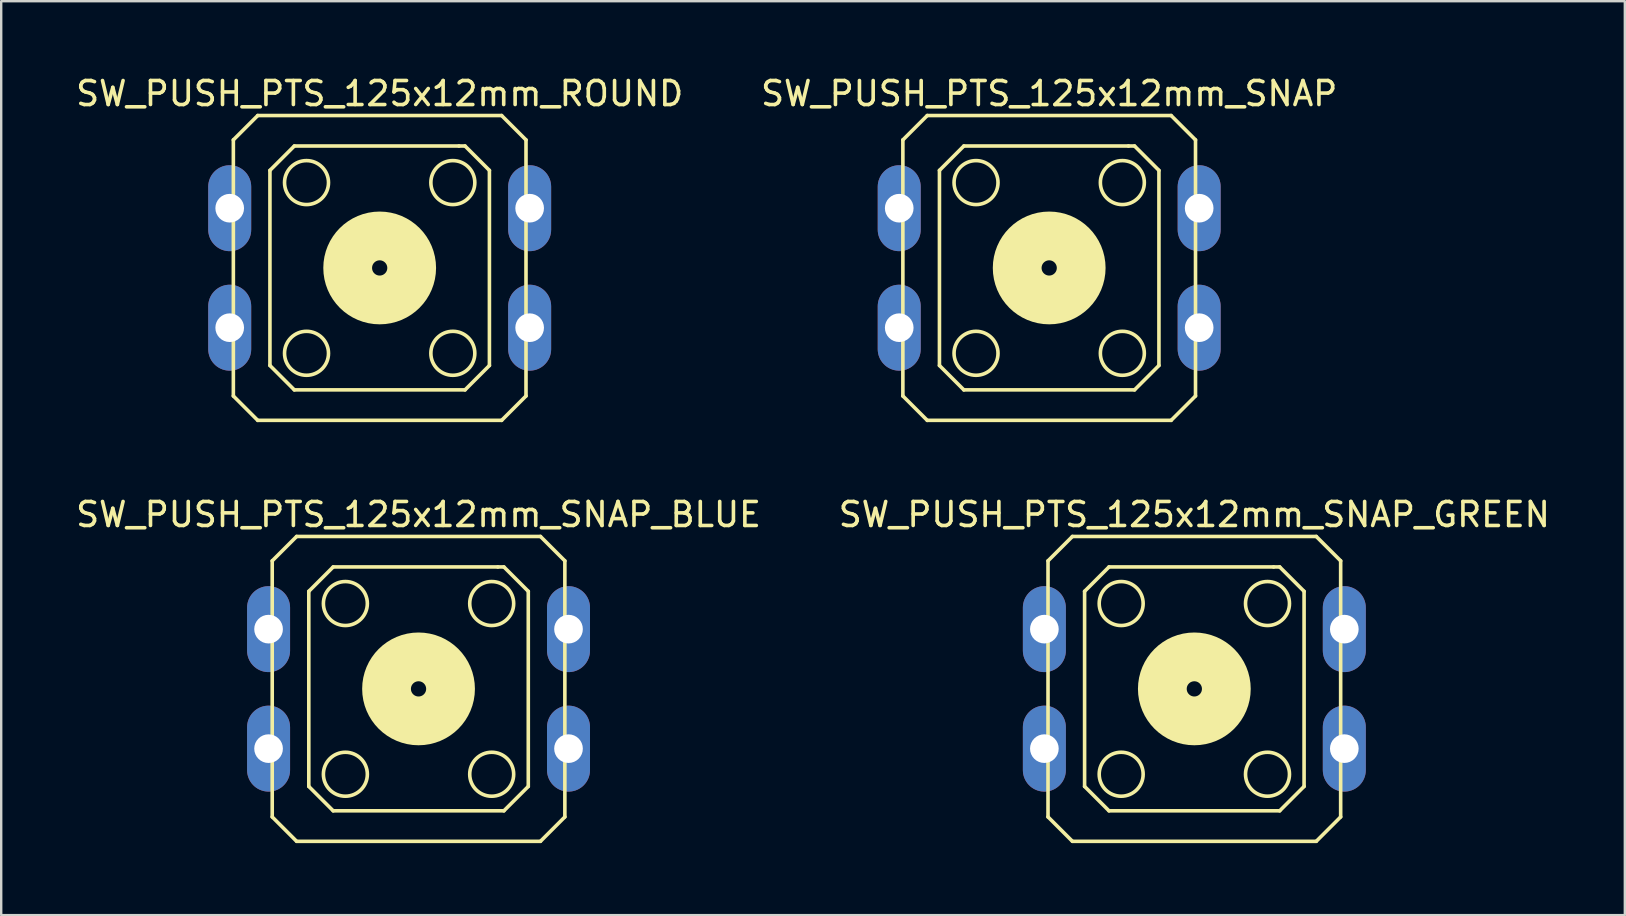
<source format=kicad_pcb>
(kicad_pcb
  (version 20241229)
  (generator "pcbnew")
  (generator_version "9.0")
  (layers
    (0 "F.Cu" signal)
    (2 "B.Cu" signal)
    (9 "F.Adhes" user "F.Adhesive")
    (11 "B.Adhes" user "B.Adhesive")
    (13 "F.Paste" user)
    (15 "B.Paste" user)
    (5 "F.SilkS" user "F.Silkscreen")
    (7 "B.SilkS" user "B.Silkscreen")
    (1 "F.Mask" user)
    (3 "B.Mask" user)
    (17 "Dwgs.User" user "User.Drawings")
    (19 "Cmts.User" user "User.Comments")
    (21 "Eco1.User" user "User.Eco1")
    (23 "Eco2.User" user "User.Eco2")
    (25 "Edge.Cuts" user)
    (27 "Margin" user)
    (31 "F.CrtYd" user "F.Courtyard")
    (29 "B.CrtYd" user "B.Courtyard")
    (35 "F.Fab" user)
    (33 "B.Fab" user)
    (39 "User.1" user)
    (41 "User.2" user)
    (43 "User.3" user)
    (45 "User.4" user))
  (footprint "SW_PUSH_PTS_125x12mm_SNAP"
    (layer "F.Cu")
    (at 40.661 8.113)
    (property "Reference" "SW_PUSH_PTS_125x12mm_SNAP" (at 0 -7.264 0) (layer "F.SilkS") (effects (font (size 1 1) (thickness 0.15))))
    (attr through_hole)
    (fp_line (start -6.096 -5.334) (end -6.096 5.334) (stroke (width 0.15) (type solid)) (layer "F.SilkS"))
    (fp_line (start -6.096 -5.334) (end -5.08 -6.35) (stroke (width 0.15) (type solid)) (layer "F.SilkS"))
    (fp_line (start -5.08 -6.35) (end 5.08 -6.35) (stroke (width 0.15) (type solid)) (layer "F.SilkS"))
    (fp_line (start -5.08 6.35) (end -6.096 5.334) (stroke (width 0.15) (type solid)) (layer "F.SilkS"))
    (fp_line (start -5.08 6.35) (end 5.08 6.35) (stroke (width 0.15) (type solid)) (layer "F.SilkS"))
    (fp_line (start -4.572 -4.064) (end -4.572 4.064) (stroke (width 0.15) (type solid)) (layer "F.SilkS"))
    (fp_line (start -4.572 -4.064) (end -3.556 -5.08) (stroke (width 0.15) (type solid)) (layer "F.SilkS"))
    (fp_line (start -4.572 4.064) (end -3.556 5.08) (stroke (width 0.15) (type solid)) (layer "F.SilkS"))
    (fp_line (start -3.556 -5.08) (end 3.302 -5.08) (stroke (width 0.15) (type solid)) (layer "F.SilkS"))
    (fp_line (start 3.302 -5.08) (end 3.556 -5.08) (stroke (width 0.15) (type solid)) (layer "F.SilkS"))
    (fp_line (start 3.556 -5.08) (end 4.572 -4.064) (stroke (width 0.15) (type solid)) (layer "F.SilkS"))
    (fp_line (start 3.556 5.08) (end -3.556 5.08) (stroke (width 0.15) (type solid)) (layer "F.SilkS"))
    (fp_line (start 4.572 4.064) (end 3.556 5.08) (stroke (width 0.15) (type solid)) (layer "F.SilkS"))
    (fp_line (start 4.572 4.064) (end 4.572 -4.064) (stroke (width 0.15) (type solid)) (layer "F.SilkS"))
    (fp_line (start 5.08 6.35) (end 6.096 5.334) (stroke (width 0.15) (type solid)) (layer "F.SilkS"))
    (fp_line (start 6.096 -5.334) (end 5.08 -6.35) (stroke (width 0.15) (type solid)) (layer "F.SilkS"))
    (fp_line (start 6.096 5.334) (end 6.096 -5.334) (stroke (width 0.15) (type solid)) (layer "F.SilkS"))
    (fp_circle (center -3.048 -3.556) (end -2.54 -2.794) (stroke (width 0.15) (type solid)) (fill no) (layer "F.SilkS"))
    (fp_circle (center -3.048 3.556) (end -2.286 3.048) (stroke (width 0.15) (type solid)) (fill no) (layer "F.SilkS"))
    (fp_circle (center 0 0) (end 1.333 0) (stroke (width 2.032) (type solid)) (fill no) (layer "F.SilkS"))
    (fp_circle (center 3.048 -3.556) (end 2.286 -3.048) (stroke (width 0.15) (type solid)) (fill no) (layer "F.SilkS"))
    (fp_circle (center 3.048 3.556) (end 2.286 3.048) (stroke (width 0.15) (type solid)) (fill no) (layer "F.SilkS"))
    (pad "1" thru_hole oval (at -6.248 -2.489) (size 1.791 3.581) (drill 1.194) (layers "*.Cu" "*.Mask"))
    (pad "2" thru_hole oval (at 6.248 -2.489) (size 1.791 3.581) (drill 1.194) (layers "*.Cu" "*.Mask"))
    (pad "3" thru_hole oval (at -6.248 2.489) (size 1.791 3.581) (drill 1.194) (layers "*.Cu" "*.Mask"))
    (pad "4" thru_hole oval (at 6.248 2.489) (size 1.791 3.581) (drill 1.194) (layers "*.Cu" "*.Mask")))
  (footprint "SW_PUSH_PTS_125x12mm_SNAP_GREEN"
    (layer "F.Cu")
    (at 46.708 25.65)
    (property "Reference" "SW_PUSH_PTS_125x12mm_SNAP_GREEN" (at 0 -7.264 0) (layer "F.SilkS") (effects (font (size 1 1) (thickness 0.15))))
    (attr through_hole)
    (fp_line (start -6.096 -5.334) (end -6.096 5.334) (stroke (width 0.15) (type solid)) (layer "F.SilkS"))
    (fp_line (start -6.096 -5.334) (end -5.08 -6.35) (stroke (width 0.15) (type solid)) (layer "F.SilkS"))
    (fp_line (start -5.08 -6.35) (end 5.08 -6.35) (stroke (width 0.15) (type solid)) (layer "F.SilkS"))
    (fp_line (start -5.08 6.35) (end -6.096 5.334) (stroke (width 0.15) (type solid)) (layer "F.SilkS"))
    (fp_line (start -5.08 6.35) (end 5.08 6.35) (stroke (width 0.15) (type solid)) (layer "F.SilkS"))
    (fp_line (start -4.572 -4.064) (end -4.572 4.064) (stroke (width 0.15) (type solid)) (layer "F.SilkS"))
    (fp_line (start -4.572 -4.064) (end -3.556 -5.08) (stroke (width 0.15) (type solid)) (layer "F.SilkS"))
    (fp_line (start -4.572 4.064) (end -3.556 5.08) (stroke (width 0.15) (type solid)) (layer "F.SilkS"))
    (fp_line (start -3.556 -5.08) (end 3.302 -5.08) (stroke (width 0.15) (type solid)) (layer "F.SilkS"))
    (fp_line (start 3.302 -5.08) (end 3.556 -5.08) (stroke (width 0.15) (type solid)) (layer "F.SilkS"))
    (fp_line (start 3.556 -5.08) (end 4.572 -4.064) (stroke (width 0.15) (type solid)) (layer "F.SilkS"))
    (fp_line (start 3.556 5.08) (end -3.556 5.08) (stroke (width 0.15) (type solid)) (layer "F.SilkS"))
    (fp_line (start 4.572 4.064) (end 3.556 5.08) (stroke (width 0.15) (type solid)) (layer "F.SilkS"))
    (fp_line (start 4.572 4.064) (end 4.572 -4.064) (stroke (width 0.15) (type solid)) (layer "F.SilkS"))
    (fp_line (start 5.08 6.35) (end 6.096 5.334) (stroke (width 0.15) (type solid)) (layer "F.SilkS"))
    (fp_line (start 6.096 -5.334) (end 5.08 -6.35) (stroke (width 0.15) (type solid)) (layer "F.SilkS"))
    (fp_line (start 6.096 5.334) (end 6.096 -5.334) (stroke (width 0.15) (type solid)) (layer "F.SilkS"))
    (fp_circle (center -3.048 -3.556) (end -2.54 -2.794) (stroke (width 0.15) (type solid)) (fill no) (layer "F.SilkS"))
    (fp_circle (center -3.048 3.556) (end -2.286 3.048) (stroke (width 0.15) (type solid)) (fill no) (layer "F.SilkS"))
    (fp_circle (center 0 0) (end 1.333 0) (stroke (width 2.032) (type solid)) (fill no) (layer "F.SilkS"))
    (fp_circle (center 3.048 -3.556) (end 2.286 -3.048) (stroke (width 0.15) (type solid)) (fill no) (layer "F.SilkS"))
    (fp_circle (center 3.048 3.556) (end 2.286 3.048) (stroke (width 0.15) (type solid)) (fill no) (layer "F.SilkS"))
    (pad "1" thru_hole oval (at -6.248 -2.489) (size 1.791 3.581) (drill 1.194) (layers "*.Cu" "*.Mask"))
    (pad "2" thru_hole oval (at 6.248 -2.489) (size 1.791 3.581) (drill 1.194) (layers "*.Cu" "*.Mask"))
    (pad "3" thru_hole oval (at -6.248 2.489) (size 1.791 3.581) (drill 1.194) (layers "*.Cu" "*.Mask"))
    (pad "4" thru_hole oval (at 6.248 2.489) (size 1.791 3.581) (drill 1.194) (layers "*.Cu" "*.Mask")))
  (footprint "SW_PUSH_PTS_125x12mm_ROUND"
    (layer "F.Cu")
    (at 12.768 8.113)
    (property "Reference" "SW_PUSH_PTS_125x12mm_ROUND" (at 0 -7.264 0) (layer "F.SilkS") (effects (font (size 1 1) (thickness 0.15))))
    (attr through_hole)
    (fp_line (start -6.096 -5.334) (end -6.096 5.334) (stroke (width 0.15) (type solid)) (layer "F.SilkS"))
    (fp_line (start -6.096 -5.334) (end -5.08 -6.35) (stroke (width 0.15) (type solid)) (layer "F.SilkS"))
    (fp_line (start -5.08 -6.35) (end 5.08 -6.35) (stroke (width 0.15) (type solid)) (layer "F.SilkS"))
    (fp_line (start -5.08 6.35) (end -6.096 5.334) (stroke (width 0.15) (type solid)) (layer "F.SilkS"))
    (fp_line (start -5.08 6.35) (end 5.08 6.35) (stroke (width 0.15) (type solid)) (layer "F.SilkS"))
    (fp_line (start -4.572 -4.064) (end -4.572 4.064) (stroke (width 0.15) (type solid)) (layer "F.SilkS"))
    (fp_line (start -4.572 -4.064) (end -3.556 -5.08) (stroke (width 0.15) (type solid)) (layer "F.SilkS"))
    (fp_line (start -4.572 4.064) (end -3.556 5.08) (stroke (width 0.15) (type solid)) (layer "F.SilkS"))
    (fp_line (start -3.556 -5.08) (end 3.302 -5.08) (stroke (width 0.15) (type solid)) (layer "F.SilkS"))
    (fp_line (start 3.302 -5.08) (end 3.556 -5.08) (stroke (width 0.15) (type solid)) (layer "F.SilkS"))
    (fp_line (start 3.556 -5.08) (end 4.572 -4.064) (stroke (width 0.15) (type solid)) (layer "F.SilkS"))
    (fp_line (start 3.556 5.08) (end -3.556 5.08) (stroke (width 0.15) (type solid)) (layer "F.SilkS"))
    (fp_line (start 4.572 4.064) (end 3.556 5.08) (stroke (width 0.15) (type solid)) (layer "F.SilkS"))
    (fp_line (start 4.572 4.064) (end 4.572 -4.064) (stroke (width 0.15) (type solid)) (layer "F.SilkS"))
    (fp_line (start 5.08 6.35) (end 6.096 5.334) (stroke (width 0.15) (type solid)) (layer "F.SilkS"))
    (fp_line (start 6.096 -5.334) (end 5.08 -6.35) (stroke (width 0.15) (type solid)) (layer "F.SilkS"))
    (fp_line (start 6.096 5.334) (end 6.096 -5.334) (stroke (width 0.15) (type solid)) (layer "F.SilkS"))
    (fp_circle (center -3.048 -3.556) (end -2.54 -2.794) (stroke (width 0.15) (type solid)) (fill no) (layer "F.SilkS"))
    (fp_circle (center -3.048 3.556) (end -2.286 3.048) (stroke (width 0.15) (type solid)) (fill no) (layer "F.SilkS"))
    (fp_circle (center 0 0) (end 1.333 0) (stroke (width 2.032) (type solid)) (fill no) (layer "F.SilkS"))
    (fp_circle (center 3.048 -3.556) (end 2.286 -3.048) (stroke (width 0.15) (type solid)) (fill no) (layer "F.SilkS"))
    (fp_circle (center 3.048 3.556) (end 2.286 3.048) (stroke (width 0.15) (type solid)) (fill no) (layer "F.SilkS"))
    (pad "1" thru_hole oval (at -6.248 -2.489) (size 1.791 3.581) (drill 1.194) (layers "*.Cu" "*.Mask"))
    (pad "2" thru_hole oval (at 6.248 -2.489) (size 1.791 3.581) (drill 1.194) (layers "*.Cu" "*.Mask"))
    (pad "3" thru_hole oval (at -6.248 2.489) (size 1.791 3.581) (drill 1.194) (layers "*.Cu" "*.Mask"))
    (pad "4" thru_hole oval (at 6.248 2.489) (size 1.791 3.581) (drill 1.194) (layers "*.Cu" "*.Mask")))
  (footprint "SW_PUSH_PTS_125x12mm_SNAP_BLUE"
    (layer "F.Cu")
    (at 14.387 25.65)
    (property "Reference" "SW_PUSH_PTS_125x12mm_SNAP_BLUE" (at 0 -7.264 0) (layer "F.SilkS") (effects (font (size 1 1) (thickness 0.15))))
    (attr through_hole)
    (fp_line (start -6.096 -5.334) (end -6.096 5.334) (stroke (width 0.15) (type solid)) (layer "F.SilkS"))
    (fp_line (start -6.096 -5.334) (end -5.08 -6.35) (stroke (width 0.15) (type solid)) (layer "F.SilkS"))
    (fp_line (start -5.08 -6.35) (end 5.08 -6.35) (stroke (width 0.15) (type solid)) (layer "F.SilkS"))
    (fp_line (start -5.08 6.35) (end -6.096 5.334) (stroke (width 0.15) (type solid)) (layer "F.SilkS"))
    (fp_line (start -5.08 6.35) (end 5.08 6.35) (stroke (width 0.15) (type solid)) (layer "F.SilkS"))
    (fp_line (start -4.572 -4.064) (end -4.572 4.064) (stroke (width 0.15) (type solid)) (layer "F.SilkS"))
    (fp_line (start -4.572 -4.064) (end -3.556 -5.08) (stroke (width 0.15) (type solid)) (layer "F.SilkS"))
    (fp_line (start -4.572 4.064) (end -3.556 5.08) (stroke (width 0.15) (type solid)) (layer "F.SilkS"))
    (fp_line (start -3.556 -5.08) (end 3.302 -5.08) (stroke (width 0.15) (type solid)) (layer "F.SilkS"))
    (fp_line (start 3.302 -5.08) (end 3.556 -5.08) (stroke (width 0.15) (type solid)) (layer "F.SilkS"))
    (fp_line (start 3.556 -5.08) (end 4.572 -4.064) (stroke (width 0.15) (type solid)) (layer "F.SilkS"))
    (fp_line (start 3.556 5.08) (end -3.556 5.08) (stroke (width 0.15) (type solid)) (layer "F.SilkS"))
    (fp_line (start 4.572 4.064) (end 3.556 5.08) (stroke (width 0.15) (type solid)) (layer "F.SilkS"))
    (fp_line (start 4.572 4.064) (end 4.572 -4.064) (stroke (width 0.15) (type solid)) (layer "F.SilkS"))
    (fp_line (start 5.08 6.35) (end 6.096 5.334) (stroke (width 0.15) (type solid)) (layer "F.SilkS"))
    (fp_line (start 6.096 -5.334) (end 5.08 -6.35) (stroke (width 0.15) (type solid)) (layer "F.SilkS"))
    (fp_line (start 6.096 5.334) (end 6.096 -5.334) (stroke (width 0.15) (type solid)) (layer "F.SilkS"))
    (fp_circle (center -3.048 -3.556) (end -2.54 -2.794) (stroke (width 0.15) (type solid)) (fill no) (layer "F.SilkS"))
    (fp_circle (center -3.048 3.556) (end -2.286 3.048) (stroke (width 0.15) (type solid)) (fill no) (layer "F.SilkS"))
    (fp_circle (center 0 0) (end 1.333 0) (stroke (width 2.032) (type solid)) (fill no) (layer "F.SilkS"))
    (fp_circle (center 3.048 -3.556) (end 2.286 -3.048) (stroke (width 0.15) (type solid)) (fill no) (layer "F.SilkS"))
    (fp_circle (center 3.048 3.556) (end 2.286 3.048) (stroke (width 0.15) (type solid)) (fill no) (layer "F.SilkS"))
    (pad "1" thru_hole oval (at -6.248 -2.489) (size 1.791 3.581) (drill 1.194) (layers "*.Cu" "*.Mask"))
    (pad "2" thru_hole oval (at 6.248 -2.489) (size 1.791 3.581) (drill 1.194) (layers "*.Cu" "*.Mask"))
    (pad "3" thru_hole oval (at -6.248 2.489) (size 1.791 3.581) (drill 1.194) (layers "*.Cu" "*.Mask"))
    (pad "4" thru_hole oval (at 6.248 2.489) (size 1.791 3.581) (drill 1.194) (layers "*.Cu" "*.Mask")))
  (gr_rect
    (start -3 -3)
    (end 64.643 35.075)
    (stroke (width 0.1) (type default))
    (fill no)
    (layer "Edge.Cuts")))
</source>
